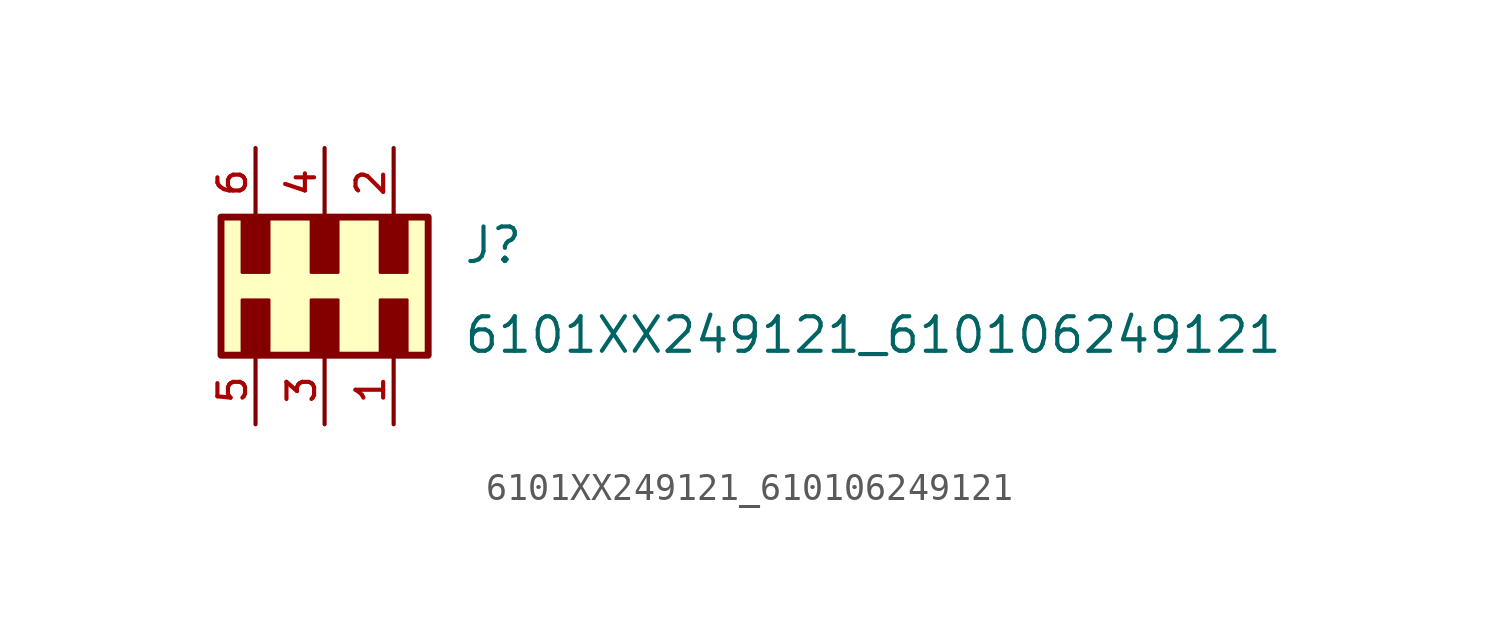
<source format=kicad_sym>
(kicad_symbol_lib
  (version 20211014)
  (generator kicad_symbol_editor)
  (symbol "6101XX249121_610106249121"
    (pin_names
      (offset 1.016))
    (property "Reference" "J"
      (at 5.08 0.762 0)
      (effects (font (size 1.27 1.27)) (justify bottom left)))
    (property "Value" "6101XX249121_610106249121"
      (at 5.08 -2.54 0)
      (effects (font (size 1.27 1.27)) (justify bottom left)))
    (symbol "6101XX249121_610106249121_0_0"
      (rectangle (start -3.04 0.5) (end -2.04 2.5) (stroke (width 0.1)) (fill (type outline)))
      (rectangle (start -3.04 -2.5) (end -2.04 -0.5) (stroke (width 0.1)) (fill (type outline)))
      (rectangle (start -0.5 0.5) (end 0.5 2.5) (stroke (width 0.1)) (fill (type outline)))
      (rectangle (start -0.5 -2.5) (end 0.5 -0.5) (stroke (width 0.1)) (fill (type outline)))
      (rectangle (start 2.04 0.5) (end 3.04 2.5) (stroke (width 0.1)) (fill (type outline)))
      (rectangle (start 2.04 -2.5) (end 3.04 -0.5) (stroke (width 0.1)) (fill (type outline)))
      (rectangle (start -3.81 -2.54) (end 3.81 2.54) (stroke (width 0.254)) (fill (type background)))
      (pin passive line (at 2.54 -5.08 90.0) (length 2.54) (name "~" (effects (font (size 1.016 1.016)))) (number "1" (effects (font (size 1.016 1.016)))))
      (pin passive line (at 2.54 5.08 270.0) (length 2.54) (name "~" (effects (font (size 1.016 1.016)))) (number "2" (effects (font (size 1.016 1.016)))))
      (pin passive line (at 0.0 -5.08 90.0) (length 2.54) (name "~" (effects (font (size 1.016 1.016)))) (number "3" (effects (font (size 1.016 1.016)))))
      (pin passive line (at 0.0 5.08 270.0) (length 2.54) (name "~" (effects (font (size 1.016 1.016)))) (number "4" (effects (font (size 1.016 1.016)))))
      (pin passive line (at -2.54 -5.08 90.0) (length 2.54) (name "~" (effects (font (size 1.016 1.016)))) (number "5" (effects (font (size 1.016 1.016)))))
      (pin passive line (at -2.54 5.08 270.0) (length 2.54) (name "~" (effects (font (size 1.016 1.016)))) (number "6" (effects (font (size 1.016 1.016))))))))
</source>
